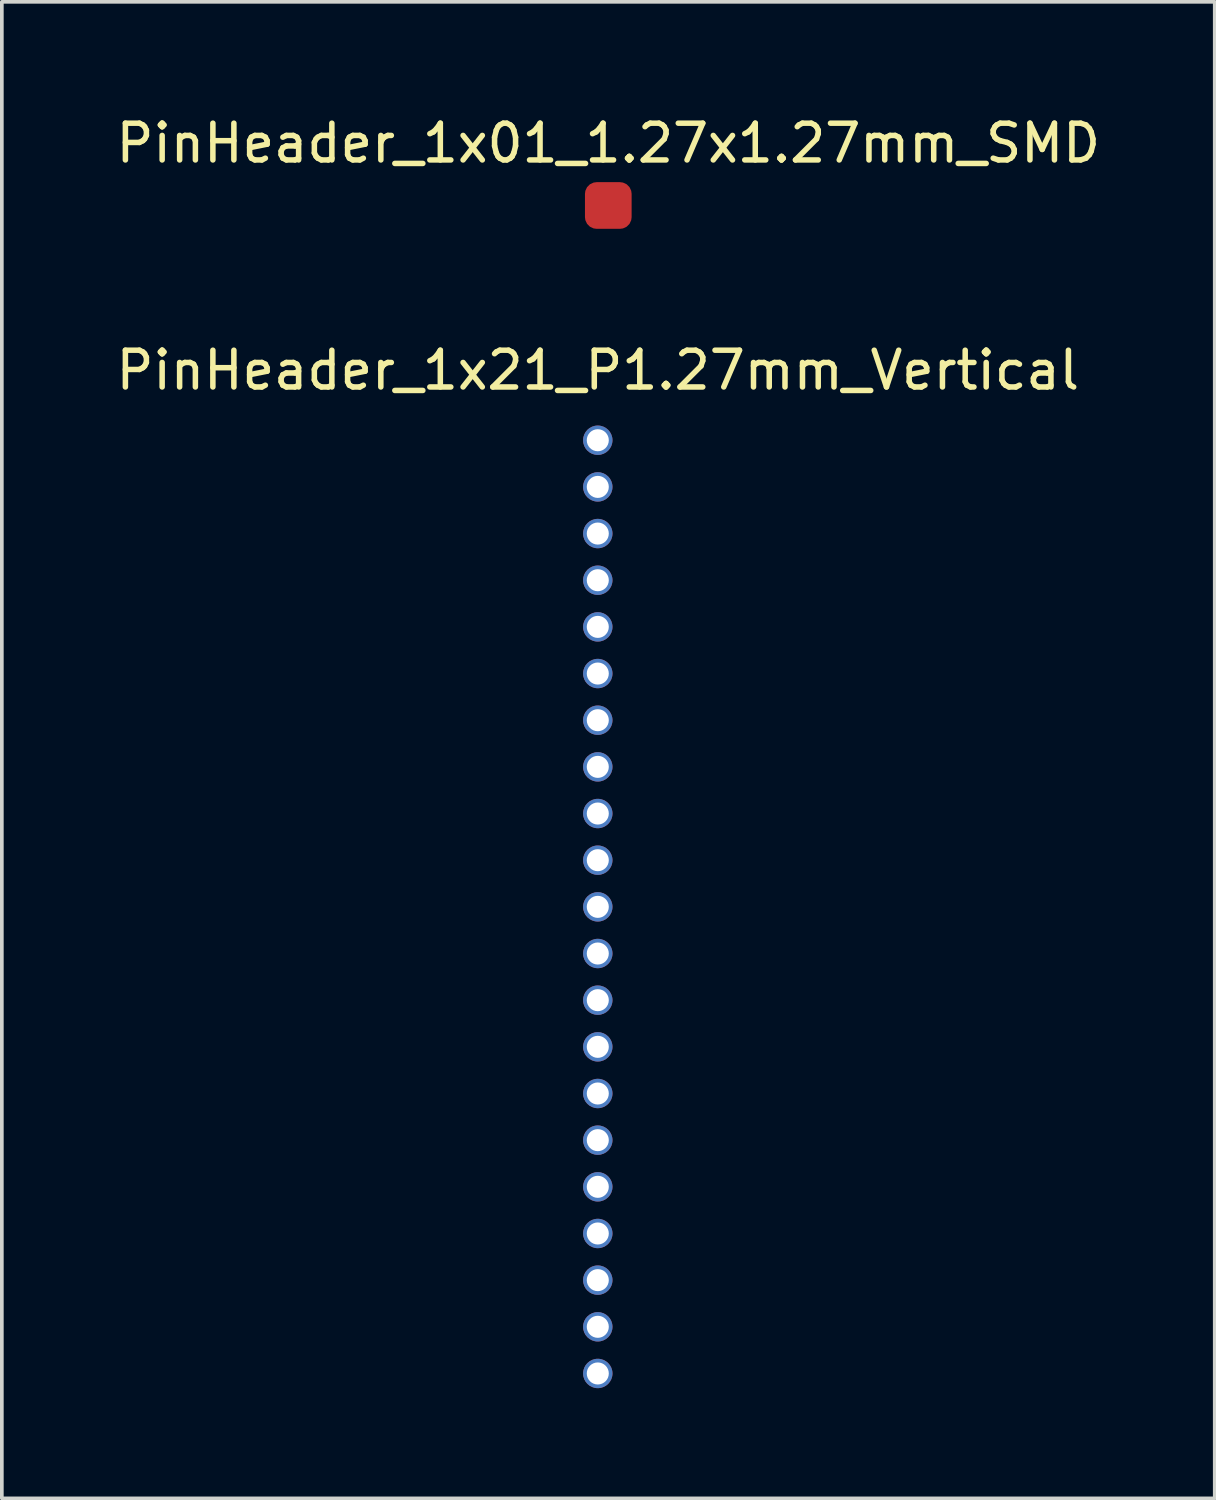
<source format=kicad_pcb>
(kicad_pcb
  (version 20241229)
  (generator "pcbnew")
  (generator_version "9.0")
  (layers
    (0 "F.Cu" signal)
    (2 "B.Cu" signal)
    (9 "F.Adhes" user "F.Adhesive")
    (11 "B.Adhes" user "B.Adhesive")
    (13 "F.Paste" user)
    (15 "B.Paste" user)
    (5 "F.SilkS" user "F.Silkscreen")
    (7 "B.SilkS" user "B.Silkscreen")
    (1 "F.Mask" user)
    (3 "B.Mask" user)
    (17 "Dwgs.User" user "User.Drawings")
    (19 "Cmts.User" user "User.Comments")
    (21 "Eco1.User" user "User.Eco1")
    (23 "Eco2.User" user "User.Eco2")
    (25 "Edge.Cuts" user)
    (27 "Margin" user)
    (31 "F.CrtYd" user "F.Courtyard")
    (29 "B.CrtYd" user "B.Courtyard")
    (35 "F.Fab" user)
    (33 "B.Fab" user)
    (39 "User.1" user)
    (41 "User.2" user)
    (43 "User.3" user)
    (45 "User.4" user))
  (footprint "PinHeader_1x21_P1.27mm_Vertical"
    (layer "F.Cu")
    (at 13.22 20.997)
    (property "Reference" "PinHeader_1x21_P1.27mm_Vertical" (at 0 -13.97 0) (layer "F.SilkS") (effects (font (size 1 1) (thickness 0.15))))
    (attr through_hole)
    (pad "1" thru_hole oval (at 0 -12.065) (size 0.8 0.8) (drill 0.6) (layers "*.Cu" "*.Mask"))
    (pad "2" thru_hole oval (at 0 -10.795) (size 0.8 0.8) (drill 0.6) (layers "*.Cu" "*.Mask"))
    (pad "3" thru_hole oval (at 0 -9.525) (size 0.8 0.8) (drill 0.6) (layers "*.Cu" "*.Mask"))
    (pad "4" thru_hole oval (at 0 -8.255) (size 0.8 0.8) (drill 0.6) (layers "*.Cu" "*.Mask"))
    (pad "5" thru_hole oval (at 0 -6.985) (size 0.8 0.8) (drill 0.6) (layers "*.Cu" "*.Mask"))
    (pad "6" thru_hole oval (at 0 -5.715) (size 0.8 0.8) (drill 0.6) (layers "*.Cu" "*.Mask"))
    (pad "7" thru_hole oval (at 0 -4.445) (size 0.8 0.8) (drill 0.6) (layers "*.Cu" "*.Mask"))
    (pad "8" thru_hole oval (at 0 -3.175) (size 0.8 0.8) (drill 0.6) (layers "*.Cu" "*.Mask"))
    (pad "9" thru_hole oval (at 0 -1.905) (size 0.8 0.8) (drill 0.6) (layers "*.Cu" "*.Mask"))
    (pad "10" thru_hole oval (at 0 -0.635) (size 0.8 0.8) (drill 0.6) (layers "*.Cu" "*.Mask"))
    (pad "11" thru_hole oval (at 0 0.635) (size 0.8 0.8) (drill 0.6) (layers "*.Cu" "*.Mask"))
    (pad "12" thru_hole oval (at 0 1.905) (size 0.8 0.8) (drill 0.6) (layers "*.Cu" "*.Mask"))
    (pad "13" thru_hole oval (at 0 3.175) (size 0.8 0.8) (drill 0.6) (layers "*.Cu" "*.Mask"))
    (pad "14" thru_hole oval (at 0 4.445) (size 0.8 0.8) (drill 0.6) (layers "*.Cu" "*.Mask"))
    (pad "15" thru_hole oval (at 0 5.715) (size 0.8 0.8) (drill 0.6) (layers "*.Cu" "*.Mask"))
    (pad "16" thru_hole oval (at 0 6.985) (size 0.8 0.8) (drill 0.6) (layers "*.Cu" "*.Mask"))
    (pad "17" thru_hole oval (at 0 8.255) (size 0.8 0.8) (drill 0.6) (layers "*.Cu" "*.Mask"))
    (pad "18" thru_hole oval (at 0 9.525) (size 0.8 0.8) (drill 0.6) (layers "*.Cu" "*.Mask"))
    (pad "19" thru_hole oval (at 0 10.795) (size 0.8 0.8) (drill 0.6) (layers "*.Cu" "*.Mask"))
    (pad "20" thru_hole oval (at 0 12.065) (size 0.8 0.8) (drill 0.6) (layers "*.Cu" "*.Mask"))
    (pad "21" thru_hole oval (at 0 13.335) (size 0.8 0.8) (drill 0.6) (layers "*.Cu" "*.Mask")))
  (footprint "PinHeader_1x01_1.27x1.27mm_SMD"
    (layer "F.Cu")
    (at 13.506 2.543)
    (property "Reference" "PinHeader_1x01_1.27x1.27mm_SMD" (at 0 -1.695 0) (layer "F.SilkS") (effects (font (size 1 1) (thickness 0.15))))
    (attr through_hole)
    (pad "1" smd roundrect (at 0 0) (size 1.27 1.27) (layers "F.Cu" "F.Mask" "F.Paste") (roundrect_rratio 0.25)))
  (gr_rect
    (start -3 -3)
    (end 30.012 37.731)
    (stroke (width 0.1) (type default))
    (fill no)
    (layer "Edge.Cuts")))
</source>
